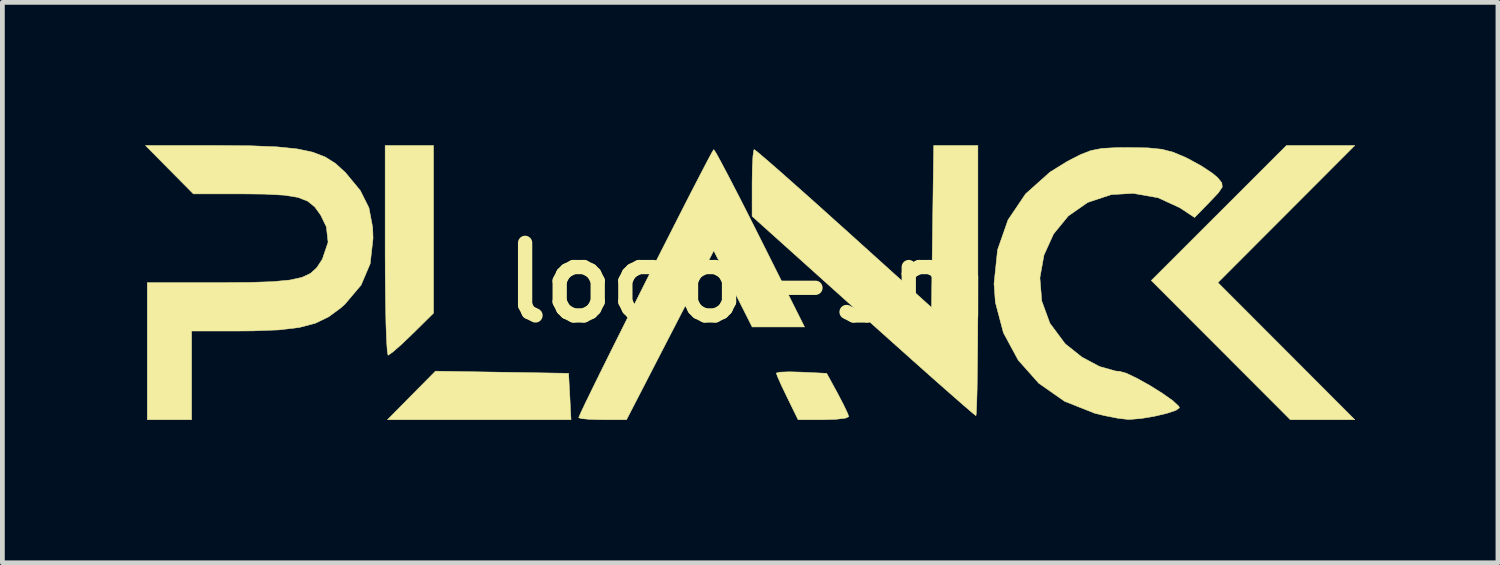
<source format=kicad_pcb>
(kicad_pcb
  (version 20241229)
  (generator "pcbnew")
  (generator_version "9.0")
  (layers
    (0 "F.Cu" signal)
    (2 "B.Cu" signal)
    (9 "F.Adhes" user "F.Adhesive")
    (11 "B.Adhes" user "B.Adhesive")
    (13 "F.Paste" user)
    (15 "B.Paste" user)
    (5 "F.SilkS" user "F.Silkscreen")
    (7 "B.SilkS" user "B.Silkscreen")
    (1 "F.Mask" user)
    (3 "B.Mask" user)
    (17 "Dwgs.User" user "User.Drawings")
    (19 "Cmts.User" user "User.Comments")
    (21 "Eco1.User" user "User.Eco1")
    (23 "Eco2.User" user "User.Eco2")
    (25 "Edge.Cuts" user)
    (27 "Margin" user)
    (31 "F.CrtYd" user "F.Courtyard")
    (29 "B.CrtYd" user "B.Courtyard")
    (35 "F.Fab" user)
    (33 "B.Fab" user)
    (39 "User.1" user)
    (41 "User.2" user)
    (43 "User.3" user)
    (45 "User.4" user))
  (footprint "logo-sm"
    (layer "F.Cu")
    (at 12.657 2.884)
    (property "Reference" "logo-sm" (at 0 0 0) (layer "F.SilkS") (effects (font (size 1.524 1.524) (thickness 0.3))))
    (attr through_hole)
    (fp_poly (pts (xy -3.768 1.905) (xy -3.742 2.392) (xy -3.717 2.879) (xy -7.572 2.879) (xy -7.068 2.369) (xy -6.563 1.859) (xy -3.768 1.905)) (stroke (width 0.01) (type solid)) (fill yes) (layer "F.SilkS"))
    (fp_poly (pts (xy 9.866 0) (xy 11.303 1.439) (xy 12.74 2.879) (xy 11.386 2.879) (xy 9.926 1.417) (xy 8.467 -0.044) (xy 11.305 -2.879) (xy 12.74 -2.879) (xy 9.866 0)) (stroke (width 0.01) (type solid)) (fill yes) (layer "F.SilkS"))
    (fp_poly (pts (xy -6.604 0.641) (xy -7.051 1.082) (xy -7.275 1.296) (xy -7.454 1.453) (xy -7.553 1.523) (xy -7.559 1.524) (xy -7.575 1.443) (xy -7.59 1.215) (xy -7.603 0.862) (xy -7.612 0.406) (xy -7.618 -0.13) (xy -7.62 -0.677) (xy -7.62 -2.879) (xy -6.604 -2.879) (xy -6.604 0.641)) (stroke (width 0.01) (type solid)) (fill yes) (layer "F.SilkS"))
    (fp_poly (pts (xy 1.122 1.88) (xy 1.651 1.905) (xy 1.882 2.328) (xy 2.008 2.57) (xy 2.093 2.75) (xy 2.115 2.815) (xy 2.039 2.848) (xy 1.838 2.871) (xy 1.584 2.879) (xy 1.051 2.879) (xy 0.822 2.411) (xy 0.701 2.159) (xy 0.618 1.972) (xy 0.593 1.899) (xy 0.67 1.88) (xy 0.87 1.873) (xy 1.122 1.88)) (stroke (width 0.01) (type solid)) (fill yes) (layer "F.SilkS"))
    (fp_poly (pts (xy -0.672 -2.722) (xy -0.56 -2.518) (xy -0.394 -2.203) (xy -0.185 -1.799) (xy 0.056 -1.324) (xy 0.254 -0.931) (xy 1.186 0.931) (xy 0.636 0.931) (xy 0.086 0.931) (xy -0.317 0.131) (xy -0.72 -0.67) (xy -1.636 1.104) (xy -2.552 2.879) (xy -3.054 2.879) (xy -3.32 2.872) (xy -3.502 2.855) (xy -3.556 2.836) (xy -3.519 2.748) (xy -3.417 2.531) (xy -3.258 2.205) (xy -3.054 1.791) (xy -2.814 1.308) (xy -2.549 0.778) (xy -2.269 0.22) (xy -1.985 -0.345) (xy -1.705 -0.896) (xy -1.442 -1.414) (xy -1.205 -1.879) (xy -1.003 -2.269) (xy -0.849 -2.565) (xy -0.751 -2.746) (xy -0.72 -2.794) (xy -0.672 -2.722)) (stroke (width 0.01) (type solid)) (fill yes) (layer "F.SilkS"))
    (fp_poly (pts (xy 4.826 -0.042) (xy 4.825 0.631) (xy 4.822 1.248) (xy 4.816 1.788) (xy 4.81 2.231) (xy 4.801 2.559) (xy 4.792 2.751) (xy 4.785 2.794) (xy 4.715 2.739) (xy 4.534 2.584) (xy 4.255 2.34) (xy 3.892 2.02) (xy 3.461 1.637) (xy 2.974 1.202) (xy 2.447 0.73) (xy 2.415 0.7) (xy 0.085 -1.393) (xy 0.085 -2.094) (xy 0.09 -2.414) (xy 0.103 -2.657) (xy 0.122 -2.784) (xy 0.13 -2.794) (xy 0.202 -2.739) (xy 0.383 -2.585) (xy 0.658 -2.346) (xy 1.01 -2.034) (xy 1.424 -1.666) (xy 1.882 -1.254) (xy 2.014 -1.136) (xy 3.852 0.522) (xy 3.875 -1.178) (xy 3.898 -2.879) (xy 4.826 -2.879) (xy 4.826 -0.042)) (stroke (width 0.01) (type solid)) (fill yes) (layer "F.SilkS"))
    (fp_poly (pts (xy -10.438 -2.873) (xy -9.895 -2.851) (xy -9.471 -2.808) (xy -9.141 -2.739) (xy -8.88 -2.639) (xy -8.663 -2.502) (xy -8.465 -2.322) (xy -8.453 -2.31) (xy -8.142 -1.934) (xy -7.96 -1.57) (xy -7.882 -1.158) (xy -7.874 -0.932) (xy -7.934 -0.397) (xy -8.125 0.052) (xy -8.465 0.454) (xy -8.553 0.532) (xy -8.807 0.719) (xy -9.085 0.853) (xy -9.422 0.942) (xy -9.848 0.993) (xy -10.398 1.014) (xy -10.663 1.016) (xy -11.684 1.016) (xy -11.684 2.879) (xy -12.615 2.879) (xy -12.615 0) (xy -11.087 0) (xy -10.463 -0.004) (xy -9.985 -0.02) (xy -9.628 -0.053) (xy -9.37 -0.109) (xy -9.187 -0.194) (xy -9.056 -0.313) (xy -8.952 -0.471) (xy -8.934 -0.505) (xy -8.818 -0.848) (xy -8.854 -1.171) (xy -8.975 -1.42) (xy -9.098 -1.589) (xy -9.247 -1.71) (xy -9.452 -1.79) (xy -9.742 -1.836) (xy -10.147 -1.858) (xy -10.613 -1.863) (xy -11.647 -1.863) (xy -12.15 -2.371) (xy -12.652 -2.879) (xy -11.125 -2.879) (xy -10.438 -2.873)) (stroke (width 0.01) (type solid)) (fill yes) (layer "F.SilkS"))
    (fp_poly (pts (xy 8.399 -2.829) (xy 8.689 -2.8) (xy 8.93 -2.737) (xy 9.183 -2.63) (xy 9.236 -2.604) (xy 9.517 -2.451) (xy 9.753 -2.295) (xy 9.865 -2.2) (xy 9.948 -2.095) (xy 9.957 -2.005) (xy 9.875 -1.884) (xy 9.698 -1.697) (xy 9.376 -1.367) (xy 9.066 -1.572) (xy 8.61 -1.782) (xy 8.086 -1.874) (xy 7.627 -1.848) (xy 7.131 -1.683) (xy 6.724 -1.399) (xy 6.415 -1.021) (xy 6.214 -0.579) (xy 6.128 -0.101) (xy 6.167 0.386) (xy 6.338 0.853) (xy 6.65 1.273) (xy 6.669 1.293) (xy 7.01 1.564) (xy 7.38 1.762) (xy 7.723 1.858) (xy 7.802 1.863) (xy 7.947 1.904) (xy 8.173 2.013) (xy 8.439 2.161) (xy 8.7 2.325) (xy 8.916 2.477) (xy 9.042 2.593) (xy 9.059 2.628) (xy 8.984 2.682) (xy 8.791 2.746) (xy 8.532 2.807) (xy 8.257 2.853) (xy 8.017 2.873) (xy 7.976 2.873) (xy 7.764 2.848) (xy 7.471 2.79) (xy 7.281 2.744) (xy 6.647 2.493) (xy 6.105 2.114) (xy 5.672 1.627) (xy 5.362 1.053) (xy 5.193 0.413) (xy 5.165 0.024) (xy 5.239 -0.688) (xy 5.459 -1.317) (xy 5.827 -1.862) (xy 6.339 -2.32) (xy 6.704 -2.546) (xy 6.978 -2.687) (xy 7.2 -2.773) (xy 7.432 -2.818) (xy 7.733 -2.834) (xy 8.001 -2.836) (xy 8.399 -2.829)) (stroke (width 0.01) (type solid)) (fill yes) (layer "F.SilkS")))
  (gr_rect
    (start -3 -3)
    (end 28.403 8.767)
    (stroke (width 0.1) (type default))
    (fill no)
    (layer "Edge.Cuts")))
</source>
